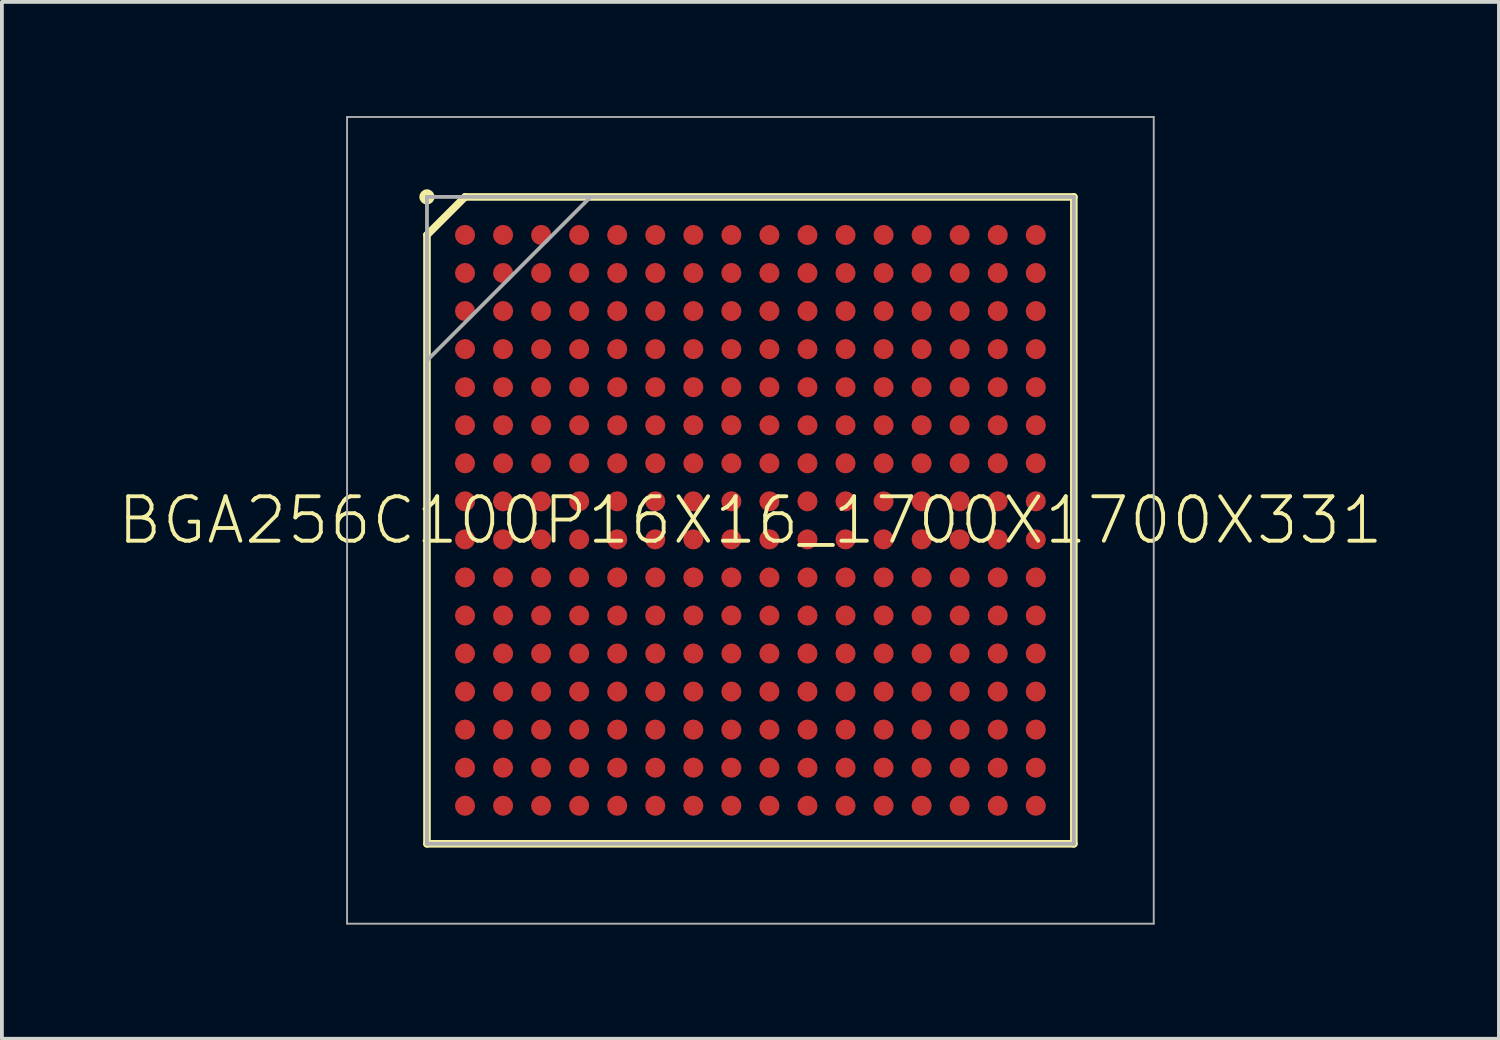
<source format=kicad_pcb>
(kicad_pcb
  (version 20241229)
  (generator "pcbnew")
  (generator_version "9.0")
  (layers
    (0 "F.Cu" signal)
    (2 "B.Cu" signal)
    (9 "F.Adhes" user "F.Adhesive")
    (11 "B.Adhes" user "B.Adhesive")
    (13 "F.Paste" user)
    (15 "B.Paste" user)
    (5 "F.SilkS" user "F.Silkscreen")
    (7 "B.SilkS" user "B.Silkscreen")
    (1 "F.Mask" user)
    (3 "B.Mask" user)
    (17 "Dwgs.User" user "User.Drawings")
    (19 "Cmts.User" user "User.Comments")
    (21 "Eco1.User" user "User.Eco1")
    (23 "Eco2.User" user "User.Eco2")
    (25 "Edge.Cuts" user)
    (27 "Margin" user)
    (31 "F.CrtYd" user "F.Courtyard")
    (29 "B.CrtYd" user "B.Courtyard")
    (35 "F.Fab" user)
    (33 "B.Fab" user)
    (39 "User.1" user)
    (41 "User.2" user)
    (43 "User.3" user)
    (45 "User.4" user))
  (footprint "BGA256C100P16X16_1700X1700X331"
    (layer "F.Cu")
    (at 16.671 10.625)
    (property "Reference" "BGA256C100P16X16_1700X1700X331" (at 0 0 0) (unlocked yes) (layer "F.SilkS") (effects (font (size 1.168 1.168) (thickness 0.102))))
    (fp_line (start -8.5 -7.5) (end -7.5 -8.5) (stroke (width 0.2) (type solid)) (layer "F.SilkS"))
    (fp_line (start -8.5 8.5) (end -8.5 -7.5) (stroke (width 0.2) (type solid)) (layer "F.SilkS"))
    (fp_line (start -7.5 -8.5) (end 8.5 -8.5) (stroke (width 0.2) (type solid)) (layer "F.SilkS"))
    (fp_line (start 8.5 -8.5) (end 8.5 8.5) (stroke (width 0.2) (type solid)) (layer "F.SilkS"))
    (fp_line (start 8.5 8.5) (end -8.5 8.5) (stroke (width 0.2) (type solid)) (layer "F.SilkS"))
    (fp_circle (center -8.5 -8.5) (end -8.4 -8.5) (stroke (width 0.2) (type solid)) (fill no) (layer "F.SilkS"))
    (fp_line (start -10.6 -10.6) (end 10.6 -10.6) (stroke (width 0.05) (type solid)) (layer "F.Fab"))
    (fp_line (start -10.6 10.6) (end -10.6 -10.6) (stroke (width 0.05) (type solid)) (layer "F.Fab"))
    (fp_line (start -8.5 -8.5) (end 8.5 -8.5) (stroke (width 0.1) (type solid)) (layer "F.Fab"))
    (fp_line (start -8.5 -4.2) (end -4.2 -8.5) (stroke (width 0.1) (type solid)) (layer "F.Fab"))
    (fp_line (start -8.5 8.5) (end -8.5 -8.5) (stroke (width 0.1) (type solid)) (layer "F.Fab"))
    (fp_line (start 8.5 -8.5) (end 8.5 8.5) (stroke (width 0.1) (type solid)) (layer "F.Fab"))
    (fp_line (start 8.5 8.5) (end -8.5 8.5) (stroke (width 0.1) (type solid)) (layer "F.Fab"))
    (fp_line (start 10.6 -10.6) (end 10.6 10.6) (stroke (width 0.05) (type solid)) (layer "F.Fab"))
    (fp_line (start 10.6 10.6) (end -10.6 10.6) (stroke (width 0.05) (type solid)) (layer "F.Fab"))
    (pad "A1" smd roundrect (at -7.5 -7.5) (size 0.53 0.53) (layers "F.Cu" "F.Mask" "F.Paste") (roundrect_rratio 0.5))
    (pad "A2" smd roundrect (at -6.5 -7.5) (size 0.53 0.53) (layers "F.Cu" "F.Mask" "F.Paste") (roundrect_rratio 0.5))
    (pad "A3" smd roundrect (at -5.5 -7.5) (size 0.53 0.53) (layers "F.Cu" "F.Mask" "F.Paste") (roundrect_rratio 0.5))
    (pad "A4" smd roundrect (at -4.5 -7.5) (size 0.53 0.53) (layers "F.Cu" "F.Mask" "F.Paste") (roundrect_rratio 0.5))
    (pad "A5" smd roundrect (at -3.5 -7.5) (size 0.53 0.53) (layers "F.Cu" "F.Mask" "F.Paste") (roundrect_rratio 0.5))
    (pad "A6" smd roundrect (at -2.5 -7.5) (size 0.53 0.53) (layers "F.Cu" "F.Mask" "F.Paste") (roundrect_rratio 0.5))
    (pad "A7" smd roundrect (at -1.5 -7.5) (size 0.53 0.53) (layers "F.Cu" "F.Mask" "F.Paste") (roundrect_rratio 0.5))
    (pad "A8" smd roundrect (at -0.5 -7.5) (size 0.53 0.53) (layers "F.Cu" "F.Mask" "F.Paste") (roundrect_rratio 0.5))
    (pad "A9" smd roundrect (at 0.5 -7.5) (size 0.53 0.53) (layers "F.Cu" "F.Mask" "F.Paste") (roundrect_rratio 0.5))
    (pad "A10" smd roundrect (at 1.5 -7.5) (size 0.53 0.53) (layers "F.Cu" "F.Mask" "F.Paste") (roundrect_rratio 0.5))
    (pad "A11" smd roundrect (at 2.5 -7.5) (size 0.53 0.53) (layers "F.Cu" "F.Mask" "F.Paste") (roundrect_rratio 0.5))
    (pad "A12" smd roundrect (at 3.5 -7.5) (size 0.53 0.53) (layers "F.Cu" "F.Mask" "F.Paste") (roundrect_rratio 0.5))
    (pad "A13" smd roundrect (at 4.5 -7.5) (size 0.53 0.53) (layers "F.Cu" "F.Mask" "F.Paste") (roundrect_rratio 0.5))
    (pad "A14" smd roundrect (at 5.5 -7.5) (size 0.53 0.53) (layers "F.Cu" "F.Mask" "F.Paste") (roundrect_rratio 0.5))
    (pad "A15" smd roundrect (at 6.5 -7.5) (size 0.53 0.53) (layers "F.Cu" "F.Mask" "F.Paste") (roundrect_rratio 0.5))
    (pad "A16" smd roundrect (at 7.5 -7.5) (size 0.53 0.53) (layers "F.Cu" "F.Mask" "F.Paste") (roundrect_rratio 0.5))
    (pad "B1" smd roundrect (at -7.5 -6.5) (size 0.53 0.53) (layers "F.Cu" "F.Mask" "F.Paste") (roundrect_rratio 0.5))
    (pad "B2" smd roundrect (at -6.5 -6.5) (size 0.53 0.53) (layers "F.Cu" "F.Mask" "F.Paste") (roundrect_rratio 0.5))
    (pad "B3" smd roundrect (at -5.5 -6.5) (size 0.53 0.53) (layers "F.Cu" "F.Mask" "F.Paste") (roundrect_rratio 0.5))
    (pad "B4" smd roundrect (at -4.5 -6.5) (size 0.53 0.53) (layers "F.Cu" "F.Mask" "F.Paste") (roundrect_rratio 0.5))
    (pad "B5" smd roundrect (at -3.5 -6.5) (size 0.53 0.53) (layers "F.Cu" "F.Mask" "F.Paste") (roundrect_rratio 0.5))
    (pad "B6" smd roundrect (at -2.5 -6.5) (size 0.53 0.53) (layers "F.Cu" "F.Mask" "F.Paste") (roundrect_rratio 0.5))
    (pad "B7" smd roundrect (at -1.5 -6.5) (size 0.53 0.53) (layers "F.Cu" "F.Mask" "F.Paste") (roundrect_rratio 0.5))
    (pad "B8" smd roundrect (at -0.5 -6.5) (size 0.53 0.53) (layers "F.Cu" "F.Mask" "F.Paste") (roundrect_rratio 0.5))
    (pad "B9" smd roundrect (at 0.5 -6.5) (size 0.53 0.53) (layers "F.Cu" "F.Mask" "F.Paste") (roundrect_rratio 0.5))
    (pad "B10" smd roundrect (at 1.5 -6.5) (size 0.53 0.53) (layers "F.Cu" "F.Mask" "F.Paste") (roundrect_rratio 0.5))
    (pad "B11" smd roundrect (at 2.5 -6.5) (size 0.53 0.53) (layers "F.Cu" "F.Mask" "F.Paste") (roundrect_rratio 0.5))
    (pad "B12" smd roundrect (at 3.5 -6.5) (size 0.53 0.53) (layers "F.Cu" "F.Mask" "F.Paste") (roundrect_rratio 0.5))
    (pad "B13" smd roundrect (at 4.5 -6.5) (size 0.53 0.53) (layers "F.Cu" "F.Mask" "F.Paste") (roundrect_rratio 0.5))
    (pad "B14" smd roundrect (at 5.5 -6.5) (size 0.53 0.53) (layers "F.Cu" "F.Mask" "F.Paste") (roundrect_rratio 0.5))
    (pad "B15" smd roundrect (at 6.5 -6.5) (size 0.53 0.53) (layers "F.Cu" "F.Mask" "F.Paste") (roundrect_rratio 0.5))
    (pad "B16" smd roundrect (at 7.5 -6.5) (size 0.53 0.53) (layers "F.Cu" "F.Mask" "F.Paste") (roundrect_rratio 0.5))
    (pad "C1" smd roundrect (at -7.5 -5.5) (size 0.53 0.53) (layers "F.Cu" "F.Mask" "F.Paste") (roundrect_rratio 0.5))
    (pad "C2" smd roundrect (at -6.5 -5.5) (size 0.53 0.53) (layers "F.Cu" "F.Mask" "F.Paste") (roundrect_rratio 0.5))
    (pad "C3" smd roundrect (at -5.5 -5.5) (size 0.53 0.53) (layers "F.Cu" "F.Mask" "F.Paste") (roundrect_rratio 0.5))
    (pad "C4" smd roundrect (at -4.5 -5.5) (size 0.53 0.53) (layers "F.Cu" "F.Mask" "F.Paste") (roundrect_rratio 0.5))
    (pad "C5" smd roundrect (at -3.5 -5.5) (size 0.53 0.53) (layers "F.Cu" "F.Mask" "F.Paste") (roundrect_rratio 0.5))
    (pad "C6" smd roundrect (at -2.5 -5.5) (size 0.53 0.53) (layers "F.Cu" "F.Mask" "F.Paste") (roundrect_rratio 0.5))
    (pad "C7" smd roundrect (at -1.5 -5.5) (size 0.53 0.53) (layers "F.Cu" "F.Mask" "F.Paste") (roundrect_rratio 0.5))
    (pad "C8" smd roundrect (at -0.5 -5.5) (size 0.53 0.53) (layers "F.Cu" "F.Mask" "F.Paste") (roundrect_rratio 0.5))
    (pad "C9" smd roundrect (at 0.5 -5.5) (size 0.53 0.53) (layers "F.Cu" "F.Mask" "F.Paste") (roundrect_rratio 0.5))
    (pad "C10" smd roundrect (at 1.5 -5.5) (size 0.53 0.53) (layers "F.Cu" "F.Mask" "F.Paste") (roundrect_rratio 0.5))
    (pad "C11" smd roundrect (at 2.5 -5.5) (size 0.53 0.53) (layers "F.Cu" "F.Mask" "F.Paste") (roundrect_rratio 0.5))
    (pad "C12" smd roundrect (at 3.5 -5.5) (size 0.53 0.53) (layers "F.Cu" "F.Mask" "F.Paste") (roundrect_rratio 0.5))
    (pad "C13" smd roundrect (at 4.5 -5.5) (size 0.53 0.53) (layers "F.Cu" "F.Mask" "F.Paste") (roundrect_rratio 0.5))
    (pad "C14" smd roundrect (at 5.5 -5.5) (size 0.53 0.53) (layers "F.Cu" "F.Mask" "F.Paste") (roundrect_rratio 0.5))
    (pad "C15" smd roundrect (at 6.5 -5.5) (size 0.53 0.53) (layers "F.Cu" "F.Mask" "F.Paste") (roundrect_rratio 0.5))
    (pad "C16" smd roundrect (at 7.5 -5.5) (size 0.53 0.53) (layers "F.Cu" "F.Mask" "F.Paste") (roundrect_rratio 0.5))
    (pad "D1" smd roundrect (at -7.5 -4.5) (size 0.53 0.53) (layers "F.Cu" "F.Mask" "F.Paste") (roundrect_rratio 0.5))
    (pad "D2" smd roundrect (at -6.5 -4.5) (size 0.53 0.53) (layers "F.Cu" "F.Mask" "F.Paste") (roundrect_rratio 0.5))
    (pad "D3" smd roundrect (at -5.5 -4.5) (size 0.53 0.53) (layers "F.Cu" "F.Mask" "F.Paste") (roundrect_rratio 0.5))
    (pad "D4" smd roundrect (at -4.5 -4.5) (size 0.53 0.53) (layers "F.Cu" "F.Mask" "F.Paste") (roundrect_rratio 0.5))
    (pad "D5" smd roundrect (at -3.5 -4.5) (size 0.53 0.53) (layers "F.Cu" "F.Mask" "F.Paste") (roundrect_rratio 0.5))
    (pad "D6" smd roundrect (at -2.5 -4.5) (size 0.53 0.53) (layers "F.Cu" "F.Mask" "F.Paste") (roundrect_rratio 0.5))
    (pad "D7" smd roundrect (at -1.5 -4.5) (size 0.53 0.53) (layers "F.Cu" "F.Mask" "F.Paste") (roundrect_rratio 0.5))
    (pad "D8" smd roundrect (at -0.5 -4.5) (size 0.53 0.53) (layers "F.Cu" "F.Mask" "F.Paste") (roundrect_rratio 0.5))
    (pad "D9" smd roundrect (at 0.5 -4.5) (size 0.53 0.53) (layers "F.Cu" "F.Mask" "F.Paste") (roundrect_rratio 0.5))
    (pad "D10" smd roundrect (at 1.5 -4.5) (size 0.53 0.53) (layers "F.Cu" "F.Mask" "F.Paste") (roundrect_rratio 0.5))
    (pad "D11" smd roundrect (at 2.5 -4.5) (size 0.53 0.53) (layers "F.Cu" "F.Mask" "F.Paste") (roundrect_rratio 0.5))
    (pad "D12" smd roundrect (at 3.5 -4.5) (size 0.53 0.53) (layers "F.Cu" "F.Mask" "F.Paste") (roundrect_rratio 0.5))
    (pad "D13" smd roundrect (at 4.5 -4.5) (size 0.53 0.53) (layers "F.Cu" "F.Mask" "F.Paste") (roundrect_rratio 0.5))
    (pad "D14" smd roundrect (at 5.5 -4.5) (size 0.53 0.53) (layers "F.Cu" "F.Mask" "F.Paste") (roundrect_rratio 0.5))
    (pad "D15" smd roundrect (at 6.5 -4.5) (size 0.53 0.53) (layers "F.Cu" "F.Mask" "F.Paste") (roundrect_rratio 0.5))
    (pad "D16" smd roundrect (at 7.5 -4.5) (size 0.53 0.53) (layers "F.Cu" "F.Mask" "F.Paste") (roundrect_rratio 0.5))
    (pad "E1" smd roundrect (at -7.5 -3.5) (size 0.53 0.53) (layers "F.Cu" "F.Mask" "F.Paste") (roundrect_rratio 0.5))
    (pad "E2" smd roundrect (at -6.5 -3.5) (size 0.53 0.53) (layers "F.Cu" "F.Mask" "F.Paste") (roundrect_rratio 0.5))
    (pad "E3" smd roundrect (at -5.5 -3.5) (size 0.53 0.53) (layers "F.Cu" "F.Mask" "F.Paste") (roundrect_rratio 0.5))
    (pad "E4" smd roundrect (at -4.5 -3.5) (size 0.53 0.53) (layers "F.Cu" "F.Mask" "F.Paste") (roundrect_rratio 0.5))
    (pad "E5" smd roundrect (at -3.5 -3.5) (size 0.53 0.53) (layers "F.Cu" "F.Mask" "F.Paste") (roundrect_rratio 0.5))
    (pad "E6" smd roundrect (at -2.5 -3.5) (size 0.53 0.53) (layers "F.Cu" "F.Mask" "F.Paste") (roundrect_rratio 0.5))
    (pad "E7" smd roundrect (at -1.5 -3.5) (size 0.53 0.53) (layers "F.Cu" "F.Mask" "F.Paste") (roundrect_rratio 0.5))
    (pad "E8" smd roundrect (at -0.5 -3.5) (size 0.53 0.53) (layers "F.Cu" "F.Mask" "F.Paste") (roundrect_rratio 0.5))
    (pad "E9" smd roundrect (at 0.5 -3.5) (size 0.53 0.53) (layers "F.Cu" "F.Mask" "F.Paste") (roundrect_rratio 0.5))
    (pad "E10" smd roundrect (at 1.5 -3.5) (size 0.53 0.53) (layers "F.Cu" "F.Mask" "F.Paste") (roundrect_rratio 0.5))
    (pad "E11" smd roundrect (at 2.5 -3.5) (size 0.53 0.53) (layers "F.Cu" "F.Mask" "F.Paste") (roundrect_rratio 0.5))
    (pad "E12" smd roundrect (at 3.5 -3.5) (size 0.53 0.53) (layers "F.Cu" "F.Mask" "F.Paste") (roundrect_rratio 0.5))
    (pad "E13" smd roundrect (at 4.5 -3.5) (size 0.53 0.53) (layers "F.Cu" "F.Mask" "F.Paste") (roundrect_rratio 0.5))
    (pad "E14" smd roundrect (at 5.5 -3.5) (size 0.53 0.53) (layers "F.Cu" "F.Mask" "F.Paste") (roundrect_rratio 0.5))
    (pad "E15" smd roundrect (at 6.5 -3.5) (size 0.53 0.53) (layers "F.Cu" "F.Mask" "F.Paste") (roundrect_rratio 0.5))
    (pad "E16" smd roundrect (at 7.5 -3.5) (size 0.53 0.53) (layers "F.Cu" "F.Mask" "F.Paste") (roundrect_rratio 0.5))
    (pad "F1" smd roundrect (at -7.5 -2.5) (size 0.53 0.53) (layers "F.Cu" "F.Mask" "F.Paste") (roundrect_rratio 0.5))
    (pad "F2" smd roundrect (at -6.5 -2.5) (size 0.53 0.53) (layers "F.Cu" "F.Mask" "F.Paste") (roundrect_rratio 0.5))
    (pad "F3" smd roundrect (at -5.5 -2.5) (size 0.53 0.53) (layers "F.Cu" "F.Mask" "F.Paste") (roundrect_rratio 0.5))
    (pad "F4" smd roundrect (at -4.5 -2.5) (size 0.53 0.53) (layers "F.Cu" "F.Mask" "F.Paste") (roundrect_rratio 0.5))
    (pad "F5" smd roundrect (at -3.5 -2.5) (size 0.53 0.53) (layers "F.Cu" "F.Mask" "F.Paste") (roundrect_rratio 0.5))
    (pad "F6" smd roundrect (at -2.5 -2.5) (size 0.53 0.53) (layers "F.Cu" "F.Mask" "F.Paste") (roundrect_rratio 0.5))
    (pad "F7" smd roundrect (at -1.5 -2.5) (size 0.53 0.53) (layers "F.Cu" "F.Mask" "F.Paste") (roundrect_rratio 0.5))
    (pad "F8" smd roundrect (at -0.5 -2.5) (size 0.53 0.53) (layers "F.Cu" "F.Mask" "F.Paste") (roundrect_rratio 0.5))
    (pad "F9" smd roundrect (at 0.5 -2.5) (size 0.53 0.53) (layers "F.Cu" "F.Mask" "F.Paste") (roundrect_rratio 0.5))
    (pad "F10" smd roundrect (at 1.5 -2.5) (size 0.53 0.53) (layers "F.Cu" "F.Mask" "F.Paste") (roundrect_rratio 0.5))
    (pad "F11" smd roundrect (at 2.5 -2.5) (size 0.53 0.53) (layers "F.Cu" "F.Mask" "F.Paste") (roundrect_rratio 0.5))
    (pad "F12" smd roundrect (at 3.5 -2.5) (size 0.53 0.53) (layers "F.Cu" "F.Mask" "F.Paste") (roundrect_rratio 0.5))
    (pad "F13" smd roundrect (at 4.5 -2.5) (size 0.53 0.53) (layers "F.Cu" "F.Mask" "F.Paste") (roundrect_rratio 0.5))
    (pad "F14" smd roundrect (at 5.5 -2.5) (size 0.53 0.53) (layers "F.Cu" "F.Mask" "F.Paste") (roundrect_rratio 0.5))
    (pad "F15" smd roundrect (at 6.5 -2.5) (size 0.53 0.53) (layers "F.Cu" "F.Mask" "F.Paste") (roundrect_rratio 0.5))
    (pad "F16" smd roundrect (at 7.5 -2.5) (size 0.53 0.53) (layers "F.Cu" "F.Mask" "F.Paste") (roundrect_rratio 0.5))
    (pad "G1" smd roundrect (at -7.5 -1.5) (size 0.53 0.53) (layers "F.Cu" "F.Mask" "F.Paste") (roundrect_rratio 0.5))
    (pad "G2" smd roundrect (at -6.5 -1.5) (size 0.53 0.53) (layers "F.Cu" "F.Mask" "F.Paste") (roundrect_rratio 0.5))
    (pad "G3" smd roundrect (at -5.5 -1.5) (size 0.53 0.53) (layers "F.Cu" "F.Mask" "F.Paste") (roundrect_rratio 0.5))
    (pad "G4" smd roundrect (at -4.5 -1.5) (size 0.53 0.53) (layers "F.Cu" "F.Mask" "F.Paste") (roundrect_rratio 0.5))
    (pad "G5" smd roundrect (at -3.5 -1.5) (size 0.53 0.53) (layers "F.Cu" "F.Mask" "F.Paste") (roundrect_rratio 0.5))
    (pad "G6" smd roundrect (at -2.5 -1.5) (size 0.53 0.53) (layers "F.Cu" "F.Mask" "F.Paste") (roundrect_rratio 0.5))
    (pad "G7" smd roundrect (at -1.5 -1.5) (size 0.53 0.53) (layers "F.Cu" "F.Mask" "F.Paste") (roundrect_rratio 0.5))
    (pad "G8" smd roundrect (at -0.5 -1.5) (size 0.53 0.53) (layers "F.Cu" "F.Mask" "F.Paste") (roundrect_rratio 0.5))
    (pad "G9" smd roundrect (at 0.5 -1.5) (size 0.53 0.53) (layers "F.Cu" "F.Mask" "F.Paste") (roundrect_rratio 0.5))
    (pad "G10" smd roundrect (at 1.5 -1.5) (size 0.53 0.53) (layers "F.Cu" "F.Mask" "F.Paste") (roundrect_rratio 0.5))
    (pad "G11" smd roundrect (at 2.5 -1.5) (size 0.53 0.53) (layers "F.Cu" "F.Mask" "F.Paste") (roundrect_rratio 0.5))
    (pad "G12" smd roundrect (at 3.5 -1.5) (size 0.53 0.53) (layers "F.Cu" "F.Mask" "F.Paste") (roundrect_rratio 0.5))
    (pad "G13" smd roundrect (at 4.5 -1.5) (size 0.53 0.53) (layers "F.Cu" "F.Mask" "F.Paste") (roundrect_rratio 0.5))
    (pad "G14" smd roundrect (at 5.5 -1.5) (size 0.53 0.53) (layers "F.Cu" "F.Mask" "F.Paste") (roundrect_rratio 0.5))
    (pad "G15" smd roundrect (at 6.5 -1.5) (size 0.53 0.53) (layers "F.Cu" "F.Mask" "F.Paste") (roundrect_rratio 0.5))
    (pad "G16" smd roundrect (at 7.5 -1.5) (size 0.53 0.53) (layers "F.Cu" "F.Mask" "F.Paste") (roundrect_rratio 0.5))
    (pad "H1" smd roundrect (at -7.5 -0.5) (size 0.53 0.53) (layers "F.Cu" "F.Mask" "F.Paste") (roundrect_rratio 0.5))
    (pad "H2" smd roundrect (at -6.5 -0.5) (size 0.53 0.53) (layers "F.Cu" "F.Mask" "F.Paste") (roundrect_rratio 0.5))
    (pad "H3" smd roundrect (at -5.5 -0.5) (size 0.53 0.53) (layers "F.Cu" "F.Mask" "F.Paste") (roundrect_rratio 0.5))
    (pad "H4" smd roundrect (at -4.5 -0.5) (size 0.53 0.53) (layers "F.Cu" "F.Mask" "F.Paste") (roundrect_rratio 0.5))
    (pad "H5" smd roundrect (at -3.5 -0.5) (size 0.53 0.53) (layers "F.Cu" "F.Mask" "F.Paste") (roundrect_rratio 0.5))
    (pad "H6" smd roundrect (at -2.5 -0.5) (size 0.53 0.53) (layers "F.Cu" "F.Mask" "F.Paste") (roundrect_rratio 0.5))
    (pad "H7" smd roundrect (at -1.5 -0.5) (size 0.53 0.53) (layers "F.Cu" "F.Mask" "F.Paste") (roundrect_rratio 0.5))
    (pad "H8" smd roundrect (at -0.5 -0.5) (size 0.53 0.53) (layers "F.Cu" "F.Mask" "F.Paste") (roundrect_rratio 0.5))
    (pad "H9" smd roundrect (at 0.5 -0.5) (size 0.53 0.53) (layers "F.Cu" "F.Mask" "F.Paste") (roundrect_rratio 0.5))
    (pad "H10" smd roundrect (at 1.5 -0.5) (size 0.53 0.53) (layers "F.Cu" "F.Mask" "F.Paste") (roundrect_rratio 0.5))
    (pad "H11" smd roundrect (at 2.5 -0.5) (size 0.53 0.53) (layers "F.Cu" "F.Mask" "F.Paste") (roundrect_rratio 0.5))
    (pad "H12" smd roundrect (at 3.5 -0.5) (size 0.53 0.53) (layers "F.Cu" "F.Mask" "F.Paste") (roundrect_rratio 0.5))
    (pad "H13" smd roundrect (at 4.5 -0.5) (size 0.53 0.53) (layers "F.Cu" "F.Mask" "F.Paste") (roundrect_rratio 0.5))
    (pad "H14" smd roundrect (at 5.5 -0.5) (size 0.53 0.53) (layers "F.Cu" "F.Mask" "F.Paste") (roundrect_rratio 0.5))
    (pad "H15" smd roundrect (at 6.5 -0.5) (size 0.53 0.53) (layers "F.Cu" "F.Mask" "F.Paste") (roundrect_rratio 0.5))
    (pad "H16" smd roundrect (at 7.5 -0.5) (size 0.53 0.53) (layers "F.Cu" "F.Mask" "F.Paste") (roundrect_rratio 0.5))
    (pad "J1" smd roundrect (at -7.5 0.5) (size 0.53 0.53) (layers "F.Cu" "F.Mask" "F.Paste") (roundrect_rratio 0.5))
    (pad "J2" smd roundrect (at -6.5 0.5) (size 0.53 0.53) (layers "F.Cu" "F.Mask" "F.Paste") (roundrect_rratio 0.5))
    (pad "J3" smd roundrect (at -5.5 0.5) (size 0.53 0.53) (layers "F.Cu" "F.Mask" "F.Paste") (roundrect_rratio 0.5))
    (pad "J4" smd roundrect (at -4.5 0.5) (size 0.53 0.53) (layers "F.Cu" "F.Mask" "F.Paste") (roundrect_rratio 0.5))
    (pad "J5" smd roundrect (at -3.5 0.5) (size 0.53 0.53) (layers "F.Cu" "F.Mask" "F.Paste") (roundrect_rratio 0.5))
    (pad "J6" smd roundrect (at -2.5 0.5) (size 0.53 0.53) (layers "F.Cu" "F.Mask" "F.Paste") (roundrect_rratio 0.5))
    (pad "J7" smd roundrect (at -1.5 0.5) (size 0.53 0.53) (layers "F.Cu" "F.Mask" "F.Paste") (roundrect_rratio 0.5))
    (pad "J8" smd roundrect (at -0.5 0.5) (size 0.53 0.53) (layers "F.Cu" "F.Mask" "F.Paste") (roundrect_rratio 0.5))
    (pad "J9" smd roundrect (at 0.5 0.5) (size 0.53 0.53) (layers "F.Cu" "F.Mask" "F.Paste") (roundrect_rratio 0.5))
    (pad "J10" smd roundrect (at 1.5 0.5) (size 0.53 0.53) (layers "F.Cu" "F.Mask" "F.Paste") (roundrect_rratio 0.5))
    (pad "J11" smd roundrect (at 2.5 0.5) (size 0.53 0.53) (layers "F.Cu" "F.Mask" "F.Paste") (roundrect_rratio 0.5))
    (pad "J12" smd roundrect (at 3.5 0.5) (size 0.53 0.53) (layers "F.Cu" "F.Mask" "F.Paste") (roundrect_rratio 0.5))
    (pad "J13" smd roundrect (at 4.5 0.5) (size 0.53 0.53) (layers "F.Cu" "F.Mask" "F.Paste") (roundrect_rratio 0.5))
    (pad "J14" smd roundrect (at 5.5 0.5) (size 0.53 0.53) (layers "F.Cu" "F.Mask" "F.Paste") (roundrect_rratio 0.5))
    (pad "J15" smd roundrect (at 6.5 0.5) (size 0.53 0.53) (layers "F.Cu" "F.Mask" "F.Paste") (roundrect_rratio 0.5))
    (pad "J16" smd roundrect (at 7.5 0.5) (size 0.53 0.53) (layers "F.Cu" "F.Mask" "F.Paste") (roundrect_rratio 0.5))
    (pad "K1" smd roundrect (at -7.5 1.5) (size 0.53 0.53) (layers "F.Cu" "F.Mask" "F.Paste") (roundrect_rratio 0.5))
    (pad "K2" smd roundrect (at -6.5 1.5) (size 0.53 0.53) (layers "F.Cu" "F.Mask" "F.Paste") (roundrect_rratio 0.5))
    (pad "K3" smd roundrect (at -5.5 1.5) (size 0.53 0.53) (layers "F.Cu" "F.Mask" "F.Paste") (roundrect_rratio 0.5))
    (pad "K4" smd roundrect (at -4.5 1.5) (size 0.53 0.53) (layers "F.Cu" "F.Mask" "F.Paste") (roundrect_rratio 0.5))
    (pad "K5" smd roundrect (at -3.5 1.5) (size 0.53 0.53) (layers "F.Cu" "F.Mask" "F.Paste") (roundrect_rratio 0.5))
    (pad "K6" smd roundrect (at -2.5 1.5) (size 0.53 0.53) (layers "F.Cu" "F.Mask" "F.Paste") (roundrect_rratio 0.5))
    (pad "K7" smd roundrect (at -1.5 1.5) (size 0.53 0.53) (layers "F.Cu" "F.Mask" "F.Paste") (roundrect_rratio 0.5))
    (pad "K8" smd roundrect (at -0.5 1.5) (size 0.53 0.53) (layers "F.Cu" "F.Mask" "F.Paste") (roundrect_rratio 0.5))
    (pad "K9" smd roundrect (at 0.5 1.5) (size 0.53 0.53) (layers "F.Cu" "F.Mask" "F.Paste") (roundrect_rratio 0.5))
    (pad "K10" smd roundrect (at 1.5 1.5) (size 0.53 0.53) (layers "F.Cu" "F.Mask" "F.Paste") (roundrect_rratio 0.5))
    (pad "K11" smd roundrect (at 2.5 1.5) (size 0.53 0.53) (layers "F.Cu" "F.Mask" "F.Paste") (roundrect_rratio 0.5))
    (pad "K12" smd roundrect (at 3.5 1.5) (size 0.53 0.53) (layers "F.Cu" "F.Mask" "F.Paste") (roundrect_rratio 0.5))
    (pad "K13" smd roundrect (at 4.5 1.5) (size 0.53 0.53) (layers "F.Cu" "F.Mask" "F.Paste") (roundrect_rratio 0.5))
    (pad "K14" smd roundrect (at 5.5 1.5) (size 0.53 0.53) (layers "F.Cu" "F.Mask" "F.Paste") (roundrect_rratio 0.5))
    (pad "K15" smd roundrect (at 6.5 1.5) (size 0.53 0.53) (layers "F.Cu" "F.Mask" "F.Paste") (roundrect_rratio 0.5))
    (pad "K16" smd roundrect (at 7.5 1.5) (size 0.53 0.53) (layers "F.Cu" "F.Mask" "F.Paste") (roundrect_rratio 0.5))
    (pad "L1" smd roundrect (at -7.5 2.5) (size 0.53 0.53) (layers "F.Cu" "F.Mask" "F.Paste") (roundrect_rratio 0.5))
    (pad "L2" smd roundrect (at -6.5 2.5) (size 0.53 0.53) (layers "F.Cu" "F.Mask" "F.Paste") (roundrect_rratio 0.5))
    (pad "L3" smd roundrect (at -5.5 2.5) (size 0.53 0.53) (layers "F.Cu" "F.Mask" "F.Paste") (roundrect_rratio 0.5))
    (pad "L4" smd roundrect (at -4.5 2.5) (size 0.53 0.53) (layers "F.Cu" "F.Mask" "F.Paste") (roundrect_rratio 0.5))
    (pad "L5" smd roundrect (at -3.5 2.5) (size 0.53 0.53) (layers "F.Cu" "F.Mask" "F.Paste") (roundrect_rratio 0.5))
    (pad "L6" smd roundrect (at -2.5 2.5) (size 0.53 0.53) (layers "F.Cu" "F.Mask" "F.Paste") (roundrect_rratio 0.5))
    (pad "L7" smd roundrect (at -1.5 2.5) (size 0.53 0.53) (layers "F.Cu" "F.Mask" "F.Paste") (roundrect_rratio 0.5))
    (pad "L8" smd roundrect (at -0.5 2.5) (size 0.53 0.53) (layers "F.Cu" "F.Mask" "F.Paste") (roundrect_rratio 0.5))
    (pad "L9" smd roundrect (at 0.5 2.5) (size 0.53 0.53) (layers "F.Cu" "F.Mask" "F.Paste") (roundrect_rratio 0.5))
    (pad "L10" smd roundrect (at 1.5 2.5) (size 0.53 0.53) (layers "F.Cu" "F.Mask" "F.Paste") (roundrect_rratio 0.5))
    (pad "L11" smd roundrect (at 2.5 2.5) (size 0.53 0.53) (layers "F.Cu" "F.Mask" "F.Paste") (roundrect_rratio 0.5))
    (pad "L12" smd roundrect (at 3.5 2.5) (size 0.53 0.53) (layers "F.Cu" "F.Mask" "F.Paste") (roundrect_rratio 0.5))
    (pad "L13" smd roundrect (at 4.5 2.5) (size 0.53 0.53) (layers "F.Cu" "F.Mask" "F.Paste") (roundrect_rratio 0.5))
    (pad "L14" smd roundrect (at 5.5 2.5) (size 0.53 0.53) (layers "F.Cu" "F.Mask" "F.Paste") (roundrect_rratio 0.5))
    (pad "L15" smd roundrect (at 6.5 2.5) (size 0.53 0.53) (layers "F.Cu" "F.Mask" "F.Paste") (roundrect_rratio 0.5))
    (pad "L16" smd roundrect (at 7.5 2.5) (size 0.53 0.53) (layers "F.Cu" "F.Mask" "F.Paste") (roundrect_rratio 0.5))
    (pad "M1" smd roundrect (at -7.5 3.5) (size 0.53 0.53) (layers "F.Cu" "F.Mask" "F.Paste") (roundrect_rratio 0.5))
    (pad "M2" smd roundrect (at -6.5 3.5) (size 0.53 0.53) (layers "F.Cu" "F.Mask" "F.Paste") (roundrect_rratio 0.5))
    (pad "M3" smd roundrect (at -5.5 3.5) (size 0.53 0.53) (layers "F.Cu" "F.Mask" "F.Paste") (roundrect_rratio 0.5))
    (pad "M4" smd roundrect (at -4.5 3.5) (size 0.53 0.53) (layers "F.Cu" "F.Mask" "F.Paste") (roundrect_rratio 0.5))
    (pad "M5" smd roundrect (at -3.5 3.5) (size 0.53 0.53) (layers "F.Cu" "F.Mask" "F.Paste") (roundrect_rratio 0.5))
    (pad "M6" smd roundrect (at -2.5 3.5) (size 0.53 0.53) (layers "F.Cu" "F.Mask" "F.Paste") (roundrect_rratio 0.5))
    (pad "M7" smd roundrect (at -1.5 3.5) (size 0.53 0.53) (layers "F.Cu" "F.Mask" "F.Paste") (roundrect_rratio 0.5))
    (pad "M8" smd roundrect (at -0.5 3.5) (size 0.53 0.53) (layers "F.Cu" "F.Mask" "F.Paste") (roundrect_rratio 0.5))
    (pad "M9" smd roundrect (at 0.5 3.5) (size 0.53 0.53) (layers "F.Cu" "F.Mask" "F.Paste") (roundrect_rratio 0.5))
    (pad "M10" smd roundrect (at 1.5 3.5) (size 0.53 0.53) (layers "F.Cu" "F.Mask" "F.Paste") (roundrect_rratio 0.5))
    (pad "M11" smd roundrect (at 2.5 3.5) (size 0.53 0.53) (layers "F.Cu" "F.Mask" "F.Paste") (roundrect_rratio 0.5))
    (pad "M12" smd roundrect (at 3.5 3.5) (size 0.53 0.53) (layers "F.Cu" "F.Mask" "F.Paste") (roundrect_rratio 0.5))
    (pad "M13" smd roundrect (at 4.5 3.5) (size 0.53 0.53) (layers "F.Cu" "F.Mask" "F.Paste") (roundrect_rratio 0.5))
    (pad "M14" smd roundrect (at 5.5 3.5) (size 0.53 0.53) (layers "F.Cu" "F.Mask" "F.Paste") (roundrect_rratio 0.5))
    (pad "M15" smd roundrect (at 6.5 3.5) (size 0.53 0.53) (layers "F.Cu" "F.Mask" "F.Paste") (roundrect_rratio 0.5))
    (pad "M16" smd roundrect (at 7.5 3.5) (size 0.53 0.53) (layers "F.Cu" "F.Mask" "F.Paste") (roundrect_rratio 0.5))
    (pad "N1" smd roundrect (at -7.5 4.5) (size 0.53 0.53) (layers "F.Cu" "F.Mask" "F.Paste") (roundrect_rratio 0.5))
    (pad "N2" smd roundrect (at -6.5 4.5) (size 0.53 0.53) (layers "F.Cu" "F.Mask" "F.Paste") (roundrect_rratio 0.5))
    (pad "N3" smd roundrect (at -5.5 4.5) (size 0.53 0.53) (layers "F.Cu" "F.Mask" "F.Paste") (roundrect_rratio 0.5))
    (pad "N4" smd roundrect (at -4.5 4.5) (size 0.53 0.53) (layers "F.Cu" "F.Mask" "F.Paste") (roundrect_rratio 0.5))
    (pad "N5" smd roundrect (at -3.5 4.5) (size 0.53 0.53) (layers "F.Cu" "F.Mask" "F.Paste") (roundrect_rratio 0.5))
    (pad "N6" smd roundrect (at -2.5 4.5) (size 0.53 0.53) (layers "F.Cu" "F.Mask" "F.Paste") (roundrect_rratio 0.5))
    (pad "N7" smd roundrect (at -1.5 4.5) (size 0.53 0.53) (layers "F.Cu" "F.Mask" "F.Paste") (roundrect_rratio 0.5))
    (pad "N8" smd roundrect (at -0.5 4.5) (size 0.53 0.53) (layers "F.Cu" "F.Mask" "F.Paste") (roundrect_rratio 0.5))
    (pad "N9" smd roundrect (at 0.5 4.5) (size 0.53 0.53) (layers "F.Cu" "F.Mask" "F.Paste") (roundrect_rratio 0.5))
    (pad "N10" smd roundrect (at 1.5 4.5) (size 0.53 0.53) (layers "F.Cu" "F.Mask" "F.Paste") (roundrect_rratio 0.5))
    (pad "N11" smd roundrect (at 2.5 4.5) (size 0.53 0.53) (layers "F.Cu" "F.Mask" "F.Paste") (roundrect_rratio 0.5))
    (pad "N12" smd roundrect (at 3.5 4.5) (size 0.53 0.53) (layers "F.Cu" "F.Mask" "F.Paste") (roundrect_rratio 0.5))
    (pad "N13" smd roundrect (at 4.5 4.5) (size 0.53 0.53) (layers "F.Cu" "F.Mask" "F.Paste") (roundrect_rratio 0.5))
    (pad "N14" smd roundrect (at 5.5 4.5) (size 0.53 0.53) (layers "F.Cu" "F.Mask" "F.Paste") (roundrect_rratio 0.5))
    (pad "N15" smd roundrect (at 6.5 4.5) (size 0.53 0.53) (layers "F.Cu" "F.Mask" "F.Paste") (roundrect_rratio 0.5))
    (pad "N16" smd roundrect (at 7.5 4.5) (size 0.53 0.53) (layers "F.Cu" "F.Mask" "F.Paste") (roundrect_rratio 0.5))
    (pad "P1" smd roundrect (at -7.5 5.5) (size 0.53 0.53) (layers "F.Cu" "F.Mask" "F.Paste") (roundrect_rratio 0.5))
    (pad "P2" smd roundrect (at -6.5 5.5) (size 0.53 0.53) (layers "F.Cu" "F.Mask" "F.Paste") (roundrect_rratio 0.5))
    (pad "P3" smd roundrect (at -5.5 5.5) (size 0.53 0.53) (layers "F.Cu" "F.Mask" "F.Paste") (roundrect_rratio 0.5))
    (pad "P4" smd roundrect (at -4.5 5.5) (size 0.53 0.53) (layers "F.Cu" "F.Mask" "F.Paste") (roundrect_rratio 0.5))
    (pad "P5" smd roundrect (at -3.5 5.5) (size 0.53 0.53) (layers "F.Cu" "F.Mask" "F.Paste") (roundrect_rratio 0.5))
    (pad "P6" smd roundrect (at -2.5 5.5) (size 0.53 0.53) (layers "F.Cu" "F.Mask" "F.Paste") (roundrect_rratio 0.5))
    (pad "P7" smd roundrect (at -1.5 5.5) (size 0.53 0.53) (layers "F.Cu" "F.Mask" "F.Paste") (roundrect_rratio 0.5))
    (pad "P8" smd roundrect (at -0.5 5.5) (size 0.53 0.53) (layers "F.Cu" "F.Mask" "F.Paste") (roundrect_rratio 0.5))
    (pad "P9" smd roundrect (at 0.5 5.5) (size 0.53 0.53) (layers "F.Cu" "F.Mask" "F.Paste") (roundrect_rratio 0.5))
    (pad "P10" smd roundrect (at 1.5 5.5) (size 0.53 0.53) (layers "F.Cu" "F.Mask" "F.Paste") (roundrect_rratio 0.5))
    (pad "P11" smd roundrect (at 2.5 5.5) (size 0.53 0.53) (layers "F.Cu" "F.Mask" "F.Paste") (roundrect_rratio 0.5))
    (pad "P12" smd roundrect (at 3.5 5.5) (size 0.53 0.53) (layers "F.Cu" "F.Mask" "F.Paste") (roundrect_rratio 0.5))
    (pad "P13" smd roundrect (at 4.5 5.5) (size 0.53 0.53) (layers "F.Cu" "F.Mask" "F.Paste") (roundrect_rratio 0.5))
    (pad "P14" smd roundrect (at 5.5 5.5) (size 0.53 0.53) (layers "F.Cu" "F.Mask" "F.Paste") (roundrect_rratio 0.5))
    (pad "P15" smd roundrect (at 6.5 5.5) (size 0.53 0.53) (layers "F.Cu" "F.Mask" "F.Paste") (roundrect_rratio 0.5))
    (pad "P16" smd roundrect (at 7.5 5.5) (size 0.53 0.53) (layers "F.Cu" "F.Mask" "F.Paste") (roundrect_rratio 0.5))
    (pad "R1" smd roundrect (at -7.5 6.5) (size 0.53 0.53) (layers "F.Cu" "F.Mask" "F.Paste") (roundrect_rratio 0.5))
    (pad "R2" smd roundrect (at -6.5 6.5) (size 0.53 0.53) (layers "F.Cu" "F.Mask" "F.Paste") (roundrect_rratio 0.5))
    (pad "R3" smd roundrect (at -5.5 6.5) (size 0.53 0.53) (layers "F.Cu" "F.Mask" "F.Paste") (roundrect_rratio 0.5))
    (pad "R4" smd roundrect (at -4.5 6.5) (size 0.53 0.53) (layers "F.Cu" "F.Mask" "F.Paste") (roundrect_rratio 0.5))
    (pad "R5" smd roundrect (at -3.5 6.5) (size 0.53 0.53) (layers "F.Cu" "F.Mask" "F.Paste") (roundrect_rratio 0.5))
    (pad "R6" smd roundrect (at -2.5 6.5) (size 0.53 0.53) (layers "F.Cu" "F.Mask" "F.Paste") (roundrect_rratio 0.5))
    (pad "R7" smd roundrect (at -1.5 6.5) (size 0.53 0.53) (layers "F.Cu" "F.Mask" "F.Paste") (roundrect_rratio 0.5))
    (pad "R8" smd roundrect (at -0.5 6.5) (size 0.53 0.53) (layers "F.Cu" "F.Mask" "F.Paste") (roundrect_rratio 0.5))
    (pad "R9" smd roundrect (at 0.5 6.5) (size 0.53 0.53) (layers "F.Cu" "F.Mask" "F.Paste") (roundrect_rratio 0.5))
    (pad "R10" smd roundrect (at 1.5 6.5) (size 0.53 0.53) (layers "F.Cu" "F.Mask" "F.Paste") (roundrect_rratio 0.5))
    (pad "R11" smd roundrect (at 2.5 6.5) (size 0.53 0.53) (layers "F.Cu" "F.Mask" "F.Paste") (roundrect_rratio 0.5))
    (pad "R12" smd roundrect (at 3.5 6.5) (size 0.53 0.53) (layers "F.Cu" "F.Mask" "F.Paste") (roundrect_rratio 0.5))
    (pad "R13" smd roundrect (at 4.5 6.5) (size 0.53 0.53) (layers "F.Cu" "F.Mask" "F.Paste") (roundrect_rratio 0.5))
    (pad "R14" smd roundrect (at 5.5 6.5) (size 0.53 0.53) (layers "F.Cu" "F.Mask" "F.Paste") (roundrect_rratio 0.5))
    (pad "R15" smd roundrect (at 6.5 6.5) (size 0.53 0.53) (layers "F.Cu" "F.Mask" "F.Paste") (roundrect_rratio 0.5))
    (pad "R16" smd roundrect (at 7.5 6.5) (size 0.53 0.53) (layers "F.Cu" "F.Mask" "F.Paste") (roundrect_rratio 0.5))
    (pad "T1" smd roundrect (at -7.5 7.5) (size 0.53 0.53) (layers "F.Cu" "F.Mask" "F.Paste") (roundrect_rratio 0.5))
    (pad "T2" smd roundrect (at -6.5 7.5) (size 0.53 0.53) (layers "F.Cu" "F.Mask" "F.Paste") (roundrect_rratio 0.5))
    (pad "T3" smd roundrect (at -5.5 7.5) (size 0.53 0.53) (layers "F.Cu" "F.Mask" "F.Paste") (roundrect_rratio 0.5))
    (pad "T4" smd roundrect (at -4.5 7.5) (size 0.53 0.53) (layers "F.Cu" "F.Mask" "F.Paste") (roundrect_rratio 0.5))
    (pad "T5" smd roundrect (at -3.5 7.5) (size 0.53 0.53) (layers "F.Cu" "F.Mask" "F.Paste") (roundrect_rratio 0.5))
    (pad "T6" smd roundrect (at -2.5 7.5) (size 0.53 0.53) (layers "F.Cu" "F.Mask" "F.Paste") (roundrect_rratio 0.5))
    (pad "T7" smd roundrect (at -1.5 7.5) (size 0.53 0.53) (layers "F.Cu" "F.Mask" "F.Paste") (roundrect_rratio 0.5))
    (pad "T8" smd roundrect (at -0.5 7.5) (size 0.53 0.53) (layers "F.Cu" "F.Mask" "F.Paste") (roundrect_rratio 0.5))
    (pad "T9" smd roundrect (at 0.5 7.5) (size 0.53 0.53) (layers "F.Cu" "F.Mask" "F.Paste") (roundrect_rratio 0.5))
    (pad "T10" smd roundrect (at 1.5 7.5) (size 0.53 0.53) (layers "F.Cu" "F.Mask" "F.Paste") (roundrect_rratio 0.5))
    (pad "T11" smd roundrect (at 2.5 7.5) (size 0.53 0.53) (layers "F.Cu" "F.Mask" "F.Paste") (roundrect_rratio 0.5))
    (pad "T12" smd roundrect (at 3.5 7.5) (size 0.53 0.53) (layers "F.Cu" "F.Mask" "F.Paste") (roundrect_rratio 0.5))
    (pad "T13" smd roundrect (at 4.5 7.5) (size 0.53 0.53) (layers "F.Cu" "F.Mask" "F.Paste") (roundrect_rratio 0.5))
    (pad "T14" smd roundrect (at 5.5 7.5) (size 0.53 0.53) (layers "F.Cu" "F.Mask" "F.Paste") (roundrect_rratio 0.5))
    (pad "T15" smd roundrect (at 6.5 7.5) (size 0.53 0.53) (layers "F.Cu" "F.Mask" "F.Paste") (roundrect_rratio 0.5))
    (pad "T16" smd roundrect (at 7.5 7.5) (size 0.53 0.53) (layers "F.Cu" "F.Mask" "F.Paste") (roundrect_rratio 0.5)))
  (gr_rect
    (start -3 -3)
    (end 36.343 24.25)
    (stroke (width 0.1) (type default))
    (fill no)
    (layer "Edge.Cuts")))
</source>
